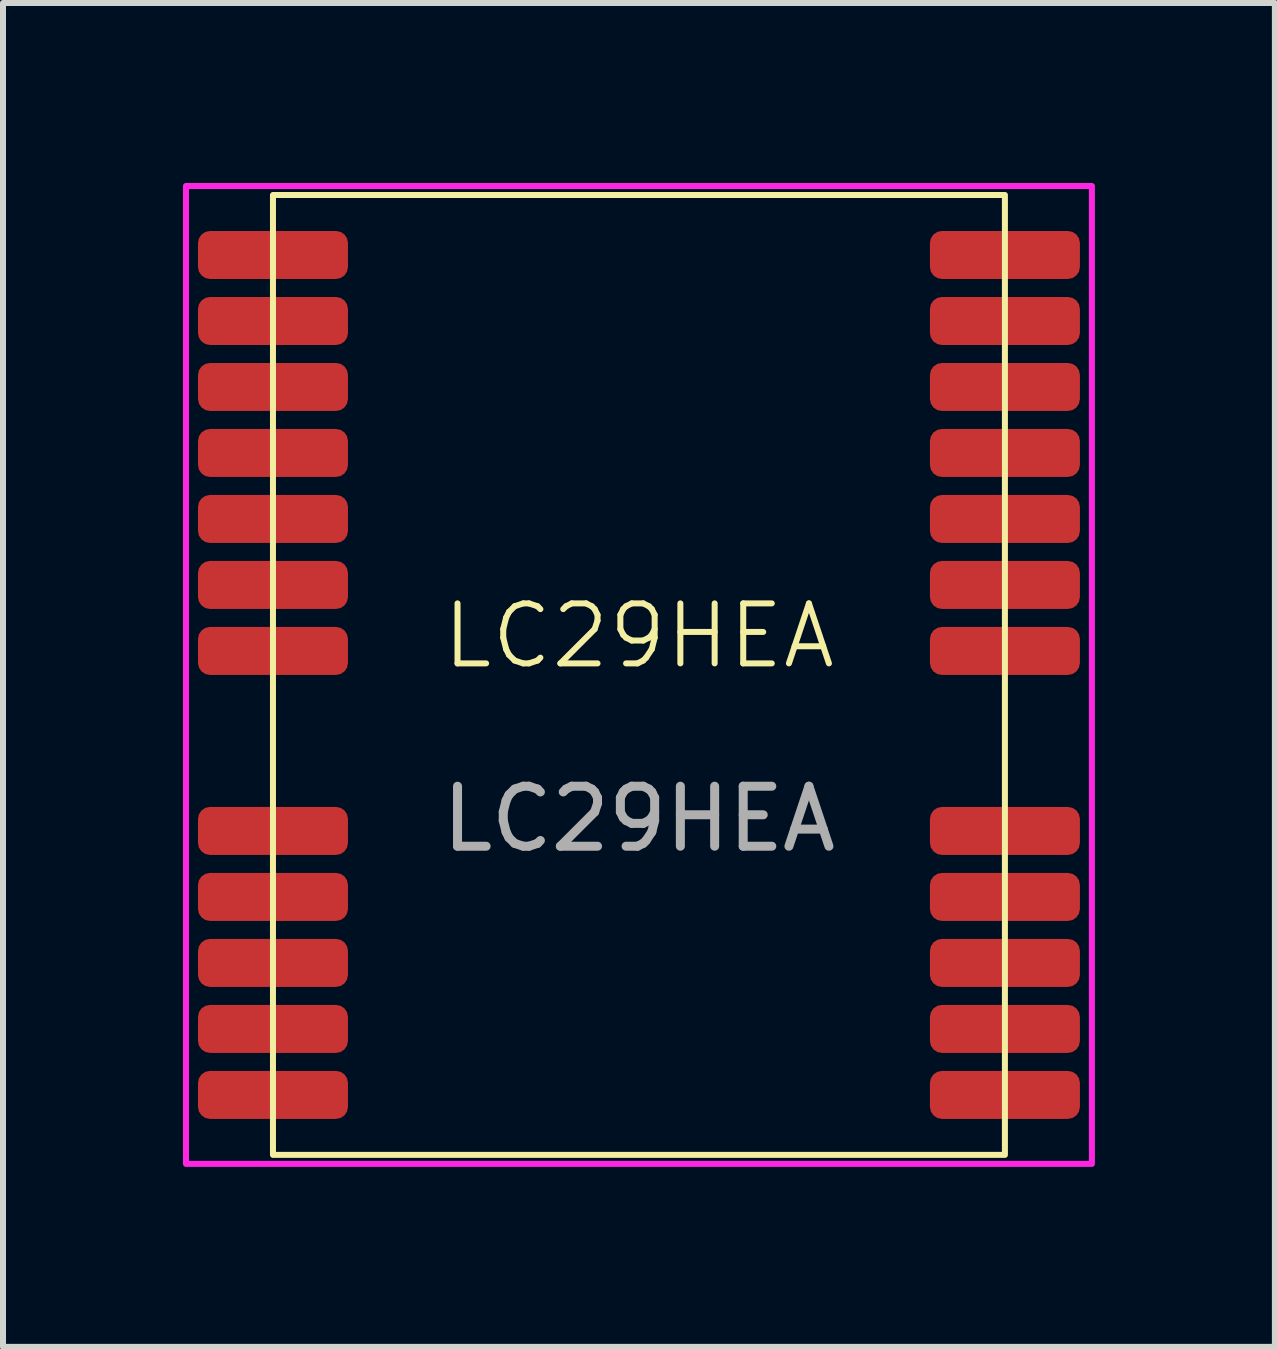
<source format=kicad_pcb>
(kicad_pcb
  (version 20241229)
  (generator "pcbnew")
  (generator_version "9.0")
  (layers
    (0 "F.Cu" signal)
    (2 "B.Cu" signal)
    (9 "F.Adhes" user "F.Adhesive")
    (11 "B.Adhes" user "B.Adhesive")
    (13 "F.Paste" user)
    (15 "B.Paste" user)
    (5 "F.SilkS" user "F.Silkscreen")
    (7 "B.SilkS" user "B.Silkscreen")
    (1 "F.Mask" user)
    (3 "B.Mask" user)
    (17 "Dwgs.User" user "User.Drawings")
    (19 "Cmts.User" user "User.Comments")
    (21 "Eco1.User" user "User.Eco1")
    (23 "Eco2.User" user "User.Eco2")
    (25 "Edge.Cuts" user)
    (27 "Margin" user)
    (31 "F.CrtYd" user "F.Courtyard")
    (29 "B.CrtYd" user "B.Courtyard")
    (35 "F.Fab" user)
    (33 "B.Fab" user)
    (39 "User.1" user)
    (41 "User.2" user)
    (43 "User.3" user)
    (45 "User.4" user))
  (footprint "LC29HEA"
    (layer "F.Cu")
    (at 7.6 8.2)
    (property "Reference" "LC29HEA" (at 0 -0.65 0) (unlocked yes) (layer "F.SilkS") (effects (font (size 1 1) (thickness 0.1))))
    (attr smd)
    (fp_rect (start -6.1 -8) (end 6.1 8) (stroke (width 0.1) (type default)) (fill no) (layer "F.SilkS"))
    (fp_rect (start -7.55 -8.15) (end 7.55 8.15) (stroke (width 0.1) (type default)) (fill no) (layer "F.CrtYd"))
    (fp_text user "${REFERENCE}" (at 0 2.4 0) (unlocked yes) (layer "F.Fab") (effects (font (size 1 1) (thickness 0.15))))
    (pad "1" smd roundrect (at -6.1 -7) (size 2.5 0.8) (layers "F.Cu" "F.Mask" "F.Paste") (roundrect_rratio 0.25))
    (pad "2" smd roundrect (at -6.1 -5.9) (size 2.5 0.8) (layers "F.Cu" "F.Mask" "F.Paste") (roundrect_rratio 0.25))
    (pad "3" smd roundrect (at -6.1 -4.8) (size 2.5 0.8) (layers "F.Cu" "F.Mask" "F.Paste") (roundrect_rratio 0.25))
    (pad "4" smd roundrect (at -6.1 -3.7) (size 2.5 0.8) (layers "F.Cu" "F.Mask" "F.Paste") (roundrect_rratio 0.25))
    (pad "5" smd roundrect (at -6.1 -2.6) (size 2.5 0.8) (layers "F.Cu" "F.Mask" "F.Paste") (roundrect_rratio 0.25))
    (pad "6" smd roundrect (at -6.1 -1.5) (size 2.5 0.8) (layers "F.Cu" "F.Mask" "F.Paste") (roundrect_rratio 0.25))
    (pad "7" smd roundrect (at -6.1 -0.4) (size 2.5 0.8) (layers "F.Cu" "F.Mask" "F.Paste") (roundrect_rratio 0.25))
    (pad "8" smd roundrect (at -6.1 2.6) (size 2.5 0.8) (layers "F.Cu" "F.Mask" "F.Paste") (roundrect_rratio 0.25))
    (pad "9" smd roundrect (at -6.1 3.7) (size 2.5 0.8) (layers "F.Cu" "F.Mask" "F.Paste") (roundrect_rratio 0.25))
    (pad "10" smd roundrect (at -6.1 4.8) (size 2.5 0.8) (layers "F.Cu" "F.Mask" "F.Paste") (roundrect_rratio 0.25))
    (pad "11" smd roundrect (at -6.1 5.9) (size 2.5 0.8) (layers "F.Cu" "F.Mask" "F.Paste") (roundrect_rratio 0.25))
    (pad "12" smd roundrect (at -6.1 7) (size 2.5 0.8) (layers "F.Cu" "F.Mask" "F.Paste") (roundrect_rratio 0.25))
    (pad "13" smd roundrect (at 6.1 7) (size 2.5 0.8) (layers "F.Cu" "F.Mask" "F.Paste") (roundrect_rratio 0.25))
    (pad "14" smd roundrect (at 6.1 5.9) (size 2.5 0.8) (layers "F.Cu" "F.Mask" "F.Paste") (roundrect_rratio 0.25))
    (pad "15" smd roundrect (at 6.1 4.8) (size 2.5 0.8) (layers "F.Cu" "F.Mask" "F.Paste") (roundrect_rratio 0.25))
    (pad "16" smd roundrect (at 6.1 3.7) (size 2.5 0.8) (layers "F.Cu" "F.Mask" "F.Paste") (roundrect_rratio 0.25))
    (pad "17" smd roundrect (at 6.1 2.6) (size 2.5 0.8) (layers "F.Cu" "F.Mask" "F.Paste") (roundrect_rratio 0.25))
    (pad "18" smd roundrect (at 6.1 -0.4) (size 2.5 0.8) (layers "F.Cu" "F.Mask" "F.Paste") (roundrect_rratio 0.25))
    (pad "19" smd roundrect (at 6.1 -1.5) (size 2.5 0.8) (layers "F.Cu" "F.Mask" "F.Paste") (roundrect_rratio 0.25))
    (pad "20" smd roundrect (at 6.1 -2.6) (size 2.5 0.8) (layers "F.Cu" "F.Mask" "F.Paste") (roundrect_rratio 0.25))
    (pad "21" smd roundrect (at 6.1 -3.7) (size 2.5 0.8) (layers "F.Cu" "F.Mask" "F.Paste") (roundrect_rratio 0.25))
    (pad "22" smd roundrect (at 6.1 -4.8) (size 2.5 0.8) (layers "F.Cu" "F.Mask" "F.Paste") (roundrect_rratio 0.25))
    (pad "23" smd roundrect (at 6.1 -5.9) (size 2.5 0.8) (layers "F.Cu" "F.Mask" "F.Paste") (roundrect_rratio 0.25))
    (pad "24" smd roundrect (at 6.1 -7) (size 2.5 0.8) (layers "F.Cu" "F.Mask" "F.Paste") (roundrect_rratio 0.25)))
  (gr_rect
    (start -3 -3)
    (end 18.2 19.4)
    (stroke (width 0.1) (type default))
    (fill no)
    (layer "Edge.Cuts")))
</source>
